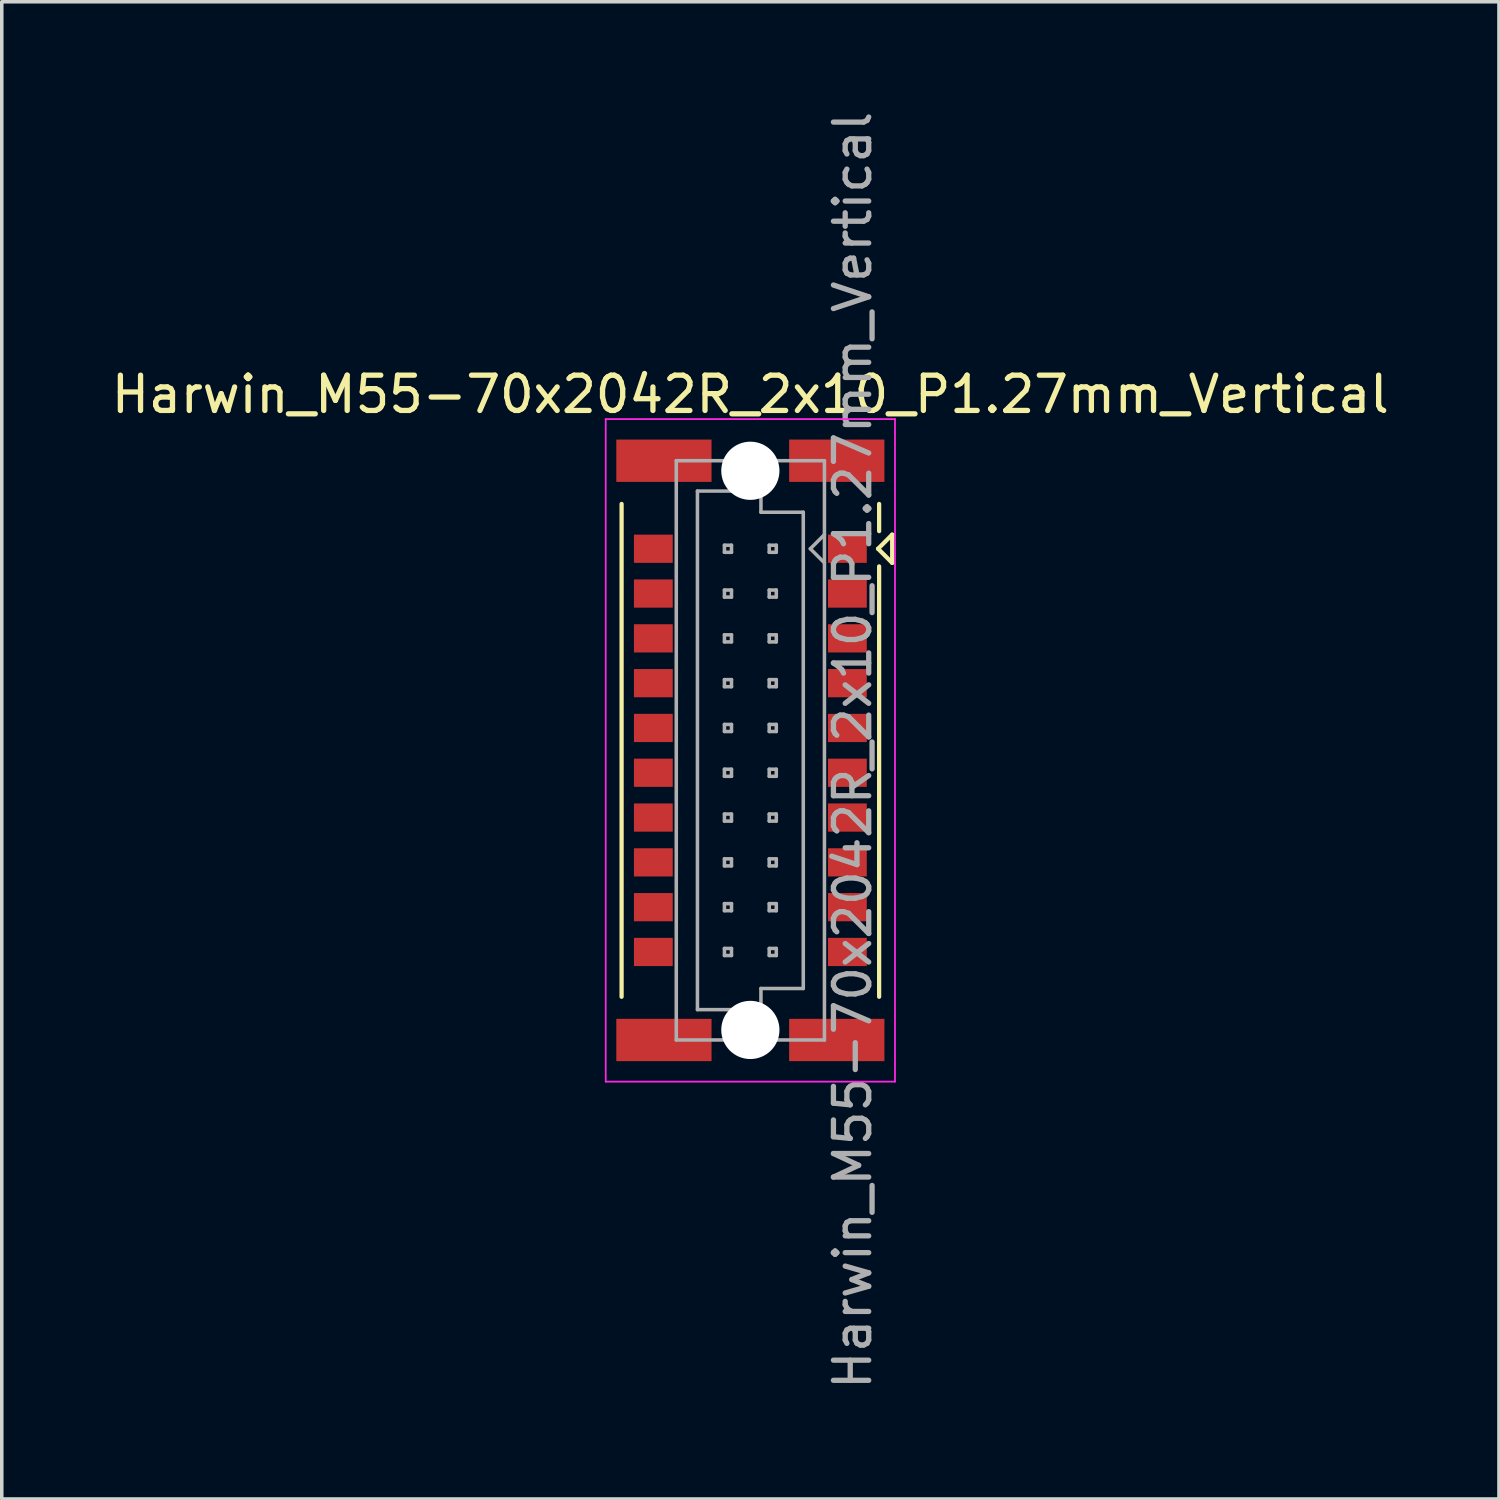
<source format=kicad_pcb>
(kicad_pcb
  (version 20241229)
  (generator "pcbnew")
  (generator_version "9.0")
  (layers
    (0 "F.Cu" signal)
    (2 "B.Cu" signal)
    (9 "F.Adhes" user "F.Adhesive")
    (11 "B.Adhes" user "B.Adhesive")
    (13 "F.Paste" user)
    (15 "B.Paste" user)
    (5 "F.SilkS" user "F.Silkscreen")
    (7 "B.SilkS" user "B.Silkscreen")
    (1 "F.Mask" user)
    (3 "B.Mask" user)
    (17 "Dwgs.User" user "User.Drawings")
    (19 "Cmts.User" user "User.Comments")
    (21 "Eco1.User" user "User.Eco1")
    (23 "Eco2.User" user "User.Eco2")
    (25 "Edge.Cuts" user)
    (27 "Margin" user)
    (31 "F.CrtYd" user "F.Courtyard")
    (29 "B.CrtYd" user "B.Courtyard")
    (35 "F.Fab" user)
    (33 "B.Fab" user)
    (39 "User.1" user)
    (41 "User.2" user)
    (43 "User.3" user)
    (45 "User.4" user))
  (footprint "Harwin_M55-70x2042R_2x10_P1.27mm_Vertical"
    (layer "F.Cu")
    (at 18.22 18.22)
    (property "Reference" "Harwin_M55-70x2042R_2x10_P1.27mm_Vertical" (at 0 -10.09 0) (layer "F.SilkS") (effects (font (size 1 1) (thickness 0.15))))
    (attr smd)
    (fp_line (start -3.65 6.985) (end -3.65 -6.985) (stroke (width 0.12) (type solid)) (layer "F.SilkS"))
    (fp_line (start 3.62 -5.715) (end 4.02 -6.115) (stroke (width 0.12) (type solid)) (layer "F.SilkS"))
    (fp_line (start 3.65 -6.215) (end 3.65 -6.985) (stroke (width 0.12) (type solid)) (layer "F.SilkS"))
    (fp_line (start 3.65 -5.215) (end 3.65 6.985) (stroke (width 0.12) (type solid)) (layer "F.SilkS"))
    (fp_line (start 4.02 -6.115) (end 4.02 -5.315) (stroke (width 0.12) (type solid)) (layer "F.SilkS"))
    (fp_line (start 4.02 -5.315) (end 3.62 -5.715) (stroke (width 0.12) (type solid)) (layer "F.SilkS"))
    (fp_line (start -4.1 -9.39) (end 4.1 -9.39) (stroke (width 0.05) (type solid)) (layer "F.CrtYd"))
    (fp_line (start -4.1 9.39) (end -4.1 -9.39) (stroke (width 0.05) (type solid)) (layer "F.CrtYd"))
    (fp_line (start 4.1 -9.39) (end 4.1 9.39) (stroke (width 0.05) (type solid)) (layer "F.CrtYd"))
    (fp_line (start 4.1 9.39) (end -4.1 9.39) (stroke (width 0.05) (type solid)) (layer "F.CrtYd"))
    (fp_line (start -2.1 -8.21) (end -2.1 8.21) (stroke (width 0.1) (type solid)) (layer "F.Fab"))
    (fp_line (start -2.1 8.21) (end 2.1 8.21) (stroke (width 0.1) (type solid)) (layer "F.Fab"))
    (fp_line (start -1.5 -7.35) (end -1.5 7.35) (stroke (width 0.1) (type solid)) (layer "F.Fab"))
    (fp_line (start -1.5 7.35) (end 0.3 7.35) (stroke (width 0.1) (type solid)) (layer "F.Fab"))
    (fp_line (start -0.735 -5.815) (end -0.735 -5.615) (stroke (width 0.1) (type solid)) (layer "F.Fab"))
    (fp_line (start -0.735 -5.615) (end -0.535 -5.615) (stroke (width 0.1) (type solid)) (layer "F.Fab"))
    (fp_line (start -0.735 -4.545) (end -0.735 -4.345) (stroke (width 0.1) (type solid)) (layer "F.Fab"))
    (fp_line (start -0.735 -4.345) (end -0.535 -4.345) (stroke (width 0.1) (type solid)) (layer "F.Fab"))
    (fp_line (start -0.735 -3.275) (end -0.735 -3.075) (stroke (width 0.1) (type solid)) (layer "F.Fab"))
    (fp_line (start -0.735 -3.075) (end -0.535 -3.075) (stroke (width 0.1) (type solid)) (layer "F.Fab"))
    (fp_line (start -0.735 -2.005) (end -0.735 -1.805) (stroke (width 0.1) (type solid)) (layer "F.Fab"))
    (fp_line (start -0.735 -1.805) (end -0.535 -1.805) (stroke (width 0.1) (type solid)) (layer "F.Fab"))
    (fp_line (start -0.735 -0.735) (end -0.735 -0.535) (stroke (width 0.1) (type solid)) (layer "F.Fab"))
    (fp_line (start -0.735 -0.535) (end -0.535 -0.535) (stroke (width 0.1) (type solid)) (layer "F.Fab"))
    (fp_line (start -0.735 0.535) (end -0.735 0.735) (stroke (width 0.1) (type solid)) (layer "F.Fab"))
    (fp_line (start -0.735 0.735) (end -0.535 0.735) (stroke (width 0.1) (type solid)) (layer "F.Fab"))
    (fp_line (start -0.735 1.805) (end -0.735 2.005) (stroke (width 0.1) (type solid)) (layer "F.Fab"))
    (fp_line (start -0.735 2.005) (end -0.535 2.005) (stroke (width 0.1) (type solid)) (layer "F.Fab"))
    (fp_line (start -0.735 3.075) (end -0.735 3.275) (stroke (width 0.1) (type solid)) (layer "F.Fab"))
    (fp_line (start -0.735 3.275) (end -0.535 3.275) (stroke (width 0.1) (type solid)) (layer "F.Fab"))
    (fp_line (start -0.735 4.345) (end -0.735 4.545) (stroke (width 0.1) (type solid)) (layer "F.Fab"))
    (fp_line (start -0.735 4.545) (end -0.535 4.545) (stroke (width 0.1) (type solid)) (layer "F.Fab"))
    (fp_line (start -0.735 5.615) (end -0.735 5.815) (stroke (width 0.1) (type solid)) (layer "F.Fab"))
    (fp_line (start -0.735 5.815) (end -0.535 5.815) (stroke (width 0.1) (type solid)) (layer "F.Fab"))
    (fp_line (start -0.535 -5.815) (end -0.735 -5.815) (stroke (width 0.1) (type solid)) (layer "F.Fab"))
    (fp_line (start -0.535 -5.615) (end -0.535 -5.815) (stroke (width 0.1) (type solid)) (layer "F.Fab"))
    (fp_line (start -0.535 -4.545) (end -0.735 -4.545) (stroke (width 0.1) (type solid)) (layer "F.Fab"))
    (fp_line (start -0.535 -4.345) (end -0.535 -4.545) (stroke (width 0.1) (type solid)) (layer "F.Fab"))
    (fp_line (start -0.535 -3.275) (end -0.735 -3.275) (stroke (width 0.1) (type solid)) (layer "F.Fab"))
    (fp_line (start -0.535 -3.075) (end -0.535 -3.275) (stroke (width 0.1) (type solid)) (layer "F.Fab"))
    (fp_line (start -0.535 -2.005) (end -0.735 -2.005) (stroke (width 0.1) (type solid)) (layer "F.Fab"))
    (fp_line (start -0.535 -1.805) (end -0.535 -2.005) (stroke (width 0.1) (type solid)) (layer "F.Fab"))
    (fp_line (start -0.535 -0.735) (end -0.735 -0.735) (stroke (width 0.1) (type solid)) (layer "F.Fab"))
    (fp_line (start -0.535 -0.535) (end -0.535 -0.735) (stroke (width 0.1) (type solid)) (layer "F.Fab"))
    (fp_line (start -0.535 0.535) (end -0.735 0.535) (stroke (width 0.1) (type solid)) (layer "F.Fab"))
    (fp_line (start -0.535 0.735) (end -0.535 0.535) (stroke (width 0.1) (type solid)) (layer "F.Fab"))
    (fp_line (start -0.535 1.805) (end -0.735 1.805) (stroke (width 0.1) (type solid)) (layer "F.Fab"))
    (fp_line (start -0.535 2.005) (end -0.535 1.805) (stroke (width 0.1) (type solid)) (layer "F.Fab"))
    (fp_line (start -0.535 3.075) (end -0.735 3.075) (stroke (width 0.1) (type solid)) (layer "F.Fab"))
    (fp_line (start -0.535 3.275) (end -0.535 3.075) (stroke (width 0.1) (type solid)) (layer "F.Fab"))
    (fp_line (start -0.535 4.345) (end -0.735 4.345) (stroke (width 0.1) (type solid)) (layer "F.Fab"))
    (fp_line (start -0.535 4.545) (end -0.535 4.345) (stroke (width 0.1) (type solid)) (layer "F.Fab"))
    (fp_line (start -0.535 5.615) (end -0.735 5.615) (stroke (width 0.1) (type solid)) (layer "F.Fab"))
    (fp_line (start -0.535 5.815) (end -0.535 5.615) (stroke (width 0.1) (type solid)) (layer "F.Fab"))
    (fp_line (start 0.3 -7.35) (end -1.5 -7.35) (stroke (width 0.1) (type solid)) (layer "F.Fab"))
    (fp_line (start 0.3 -6.75) (end 0.3 -7.35) (stroke (width 0.1) (type solid)) (layer "F.Fab"))
    (fp_line (start 0.3 6.75) (end 1.5 6.75) (stroke (width 0.1) (type solid)) (layer "F.Fab"))
    (fp_line (start 0.3 7.35) (end 0.3 6.75) (stroke (width 0.1) (type solid)) (layer "F.Fab"))
    (fp_line (start 0.535 -5.815) (end 0.535 -5.615) (stroke (width 0.1) (type solid)) (layer "F.Fab"))
    (fp_line (start 0.535 -5.615) (end 0.735 -5.615) (stroke (width 0.1) (type solid)) (layer "F.Fab"))
    (fp_line (start 0.535 -4.545) (end 0.535 -4.345) (stroke (width 0.1) (type solid)) (layer "F.Fab"))
    (fp_line (start 0.535 -4.345) (end 0.735 -4.345) (stroke (width 0.1) (type solid)) (layer "F.Fab"))
    (fp_line (start 0.535 -3.275) (end 0.535 -3.075) (stroke (width 0.1) (type solid)) (layer "F.Fab"))
    (fp_line (start 0.535 -3.075) (end 0.735 -3.075) (stroke (width 0.1) (type solid)) (layer "F.Fab"))
    (fp_line (start 0.535 -2.005) (end 0.535 -1.805) (stroke (width 0.1) (type solid)) (layer "F.Fab"))
    (fp_line (start 0.535 -1.805) (end 0.735 -1.805) (stroke (width 0.1) (type solid)) (layer "F.Fab"))
    (fp_line (start 0.535 -0.735) (end 0.535 -0.535) (stroke (width 0.1) (type solid)) (layer "F.Fab"))
    (fp_line (start 0.535 -0.535) (end 0.735 -0.535) (stroke (width 0.1) (type solid)) (layer "F.Fab"))
    (fp_line (start 0.535 0.535) (end 0.535 0.735) (stroke (width 0.1) (type solid)) (layer "F.Fab"))
    (fp_line (start 0.535 0.735) (end 0.735 0.735) (stroke (width 0.1) (type solid)) (layer "F.Fab"))
    (fp_line (start 0.535 1.805) (end 0.535 2.005) (stroke (width 0.1) (type solid)) (layer "F.Fab"))
    (fp_line (start 0.535 2.005) (end 0.735 2.005) (stroke (width 0.1) (type solid)) (layer "F.Fab"))
    (fp_line (start 0.535 3.075) (end 0.535 3.275) (stroke (width 0.1) (type solid)) (layer "F.Fab"))
    (fp_line (start 0.535 3.275) (end 0.735 3.275) (stroke (width 0.1) (type solid)) (layer "F.Fab"))
    (fp_line (start 0.535 4.345) (end 0.535 4.545) (stroke (width 0.1) (type solid)) (layer "F.Fab"))
    (fp_line (start 0.535 4.545) (end 0.735 4.545) (stroke (width 0.1) (type solid)) (layer "F.Fab"))
    (fp_line (start 0.535 5.615) (end 0.535 5.815) (stroke (width 0.1) (type solid)) (layer "F.Fab"))
    (fp_line (start 0.535 5.815) (end 0.735 5.815) (stroke (width 0.1) (type solid)) (layer "F.Fab"))
    (fp_line (start 0.735 -5.815) (end 0.535 -5.815) (stroke (width 0.1) (type solid)) (layer "F.Fab"))
    (fp_line (start 0.735 -5.615) (end 0.735 -5.815) (stroke (width 0.1) (type solid)) (layer "F.Fab"))
    (fp_line (start 0.735 -4.545) (end 0.535 -4.545) (stroke (width 0.1) (type solid)) (layer "F.Fab"))
    (fp_line (start 0.735 -4.345) (end 0.735 -4.545) (stroke (width 0.1) (type solid)) (layer "F.Fab"))
    (fp_line (start 0.735 -3.275) (end 0.535 -3.275) (stroke (width 0.1) (type solid)) (layer "F.Fab"))
    (fp_line (start 0.735 -3.075) (end 0.735 -3.275) (stroke (width 0.1) (type solid)) (layer "F.Fab"))
    (fp_line (start 0.735 -2.005) (end 0.535 -2.005) (stroke (width 0.1) (type solid)) (layer "F.Fab"))
    (fp_line (start 0.735 -1.805) (end 0.735 -2.005) (stroke (width 0.1) (type solid)) (layer "F.Fab"))
    (fp_line (start 0.735 -0.735) (end 0.535 -0.735) (stroke (width 0.1) (type solid)) (layer "F.Fab"))
    (fp_line (start 0.735 -0.535) (end 0.735 -0.735) (stroke (width 0.1) (type solid)) (layer "F.Fab"))
    (fp_line (start 0.735 0.535) (end 0.535 0.535) (stroke (width 0.1) (type solid)) (layer "F.Fab"))
    (fp_line (start 0.735 0.735) (end 0.735 0.535) (stroke (width 0.1) (type solid)) (layer "F.Fab"))
    (fp_line (start 0.735 1.805) (end 0.535 1.805) (stroke (width 0.1) (type solid)) (layer "F.Fab"))
    (fp_line (start 0.735 2.005) (end 0.735 1.805) (stroke (width 0.1) (type solid)) (layer "F.Fab"))
    (fp_line (start 0.735 3.075) (end 0.535 3.075) (stroke (width 0.1) (type solid)) (layer "F.Fab"))
    (fp_line (start 0.735 3.275) (end 0.735 3.075) (stroke (width 0.1) (type solid)) (layer "F.Fab"))
    (fp_line (start 0.735 4.345) (end 0.535 4.345) (stroke (width 0.1) (type solid)) (layer "F.Fab"))
    (fp_line (start 0.735 4.545) (end 0.735 4.345) (stroke (width 0.1) (type solid)) (layer "F.Fab"))
    (fp_line (start 0.735 5.615) (end 0.535 5.615) (stroke (width 0.1) (type solid)) (layer "F.Fab"))
    (fp_line (start 0.735 5.815) (end 0.735 5.615) (stroke (width 0.1) (type solid)) (layer "F.Fab"))
    (fp_line (start 1.5 -6.75) (end 0.3 -6.75) (stroke (width 0.1) (type solid)) (layer "F.Fab"))
    (fp_line (start 1.5 6.75) (end 1.5 -6.75) (stroke (width 0.1) (type solid)) (layer "F.Fab"))
    (fp_line (start 1.7 -5.715) (end 2.1 -6.115) (stroke (width 0.1) (type solid)) (layer "F.Fab"))
    (fp_line (start 2.1 -8.21) (end -2.1 -8.21) (stroke (width 0.1) (type solid)) (layer "F.Fab"))
    (fp_line (start 2.1 -5.315) (end 1.7 -5.715) (stroke (width 0.1) (type solid)) (layer "F.Fab"))
    (fp_line (start 2.1 8.21) (end 2.1 -8.21) (stroke (width 0.1) (type solid)) (layer "F.Fab"))
    (fp_text user "${REFERENCE}" (at 2.9 0 90) (layer "F.Fab") (effects (font (size 1 1) (thickness 0.15))))
    (pad "" smd rect (at -2.45 -8.21) (size 2.7 1.2) (layers "F.Cu" "F.Mask" "F.Paste"))
    (pad "" smd rect (at -2.45 8.21) (size 2.7 1.2) (layers "F.Cu" "F.Mask" "F.Paste"))
    (pad "" np_thru_hole circle (at 0 -7.925) (size 1.65 1.65) (drill 1.65) (layers "*.Cu" "*.Mask"))
    (pad "" np_thru_hole circle (at 0 7.925) (size 1.65 1.65) (drill 1.65) (layers "*.Cu" "*.Mask"))
    (pad "" smd rect (at 2.45 -8.21) (size 2.7 1.2) (layers "F.Cu" "F.Mask" "F.Paste"))
    (pad "" smd rect (at 2.45 8.21) (size 2.7 1.2) (layers "F.Cu" "F.Mask" "F.Paste"))
    (pad "1" smd rect (at 2.75 -5.715) (size 1.1 0.8) (layers "F.Cu" "F.Mask" "F.Paste"))
    (pad "2" smd rect (at -2.75 -5.715) (size 1.1 0.8) (layers "F.Cu" "F.Mask" "F.Paste"))
    (pad "3" smd rect (at 2.75 -4.445) (size 1.1 0.8) (layers "F.Cu" "F.Mask" "F.Paste"))
    (pad "4" smd rect (at -2.75 -4.445) (size 1.1 0.8) (layers "F.Cu" "F.Mask" "F.Paste"))
    (pad "5" smd rect (at 2.75 -3.175) (size 1.1 0.8) (layers "F.Cu" "F.Mask" "F.Paste"))
    (pad "6" smd rect (at -2.75 -3.175) (size 1.1 0.8) (layers "F.Cu" "F.Mask" "F.Paste"))
    (pad "7" smd rect (at 2.75 -1.905) (size 1.1 0.8) (layers "F.Cu" "F.Mask" "F.Paste"))
    (pad "8" smd rect (at -2.75 -1.905) (size 1.1 0.8) (layers "F.Cu" "F.Mask" "F.Paste"))
    (pad "9" smd rect (at 2.75 -0.635) (size 1.1 0.8) (layers "F.Cu" "F.Mask" "F.Paste"))
    (pad "10" smd rect (at -2.75 -0.635) (size 1.1 0.8) (layers "F.Cu" "F.Mask" "F.Paste"))
    (pad "11" smd rect (at 2.75 0.635) (size 1.1 0.8) (layers "F.Cu" "F.Mask" "F.Paste"))
    (pad "12" smd rect (at -2.75 0.635) (size 1.1 0.8) (layers "F.Cu" "F.Mask" "F.Paste"))
    (pad "13" smd rect (at 2.75 1.905) (size 1.1 0.8) (layers "F.Cu" "F.Mask" "F.Paste"))
    (pad "14" smd rect (at -2.75 1.905) (size 1.1 0.8) (layers "F.Cu" "F.Mask" "F.Paste"))
    (pad "15" smd rect (at 2.75 3.175) (size 1.1 0.8) (layers "F.Cu" "F.Mask" "F.Paste"))
    (pad "16" smd rect (at -2.75 3.175) (size 1.1 0.8) (layers "F.Cu" "F.Mask" "F.Paste"))
    (pad "17" smd rect (at 2.75 4.445) (size 1.1 0.8) (layers "F.Cu" "F.Mask" "F.Paste"))
    (pad "18" smd rect (at -2.75 4.445) (size 1.1 0.8) (layers "F.Cu" "F.Mask" "F.Paste"))
    (pad "19" smd rect (at 2.75 5.715) (size 1.1 0.8) (layers "F.Cu" "F.Mask" "F.Paste"))
    (pad "20" smd rect (at -2.75 5.715) (size 1.1 0.8) (layers "F.Cu" "F.Mask" "F.Paste")))
  (gr_rect
    (start -3 -3)
    (end 39.44 39.44)
    (stroke (width 0.1) (type default))
    (fill no)
    (layer "Edge.Cuts")))
</source>
